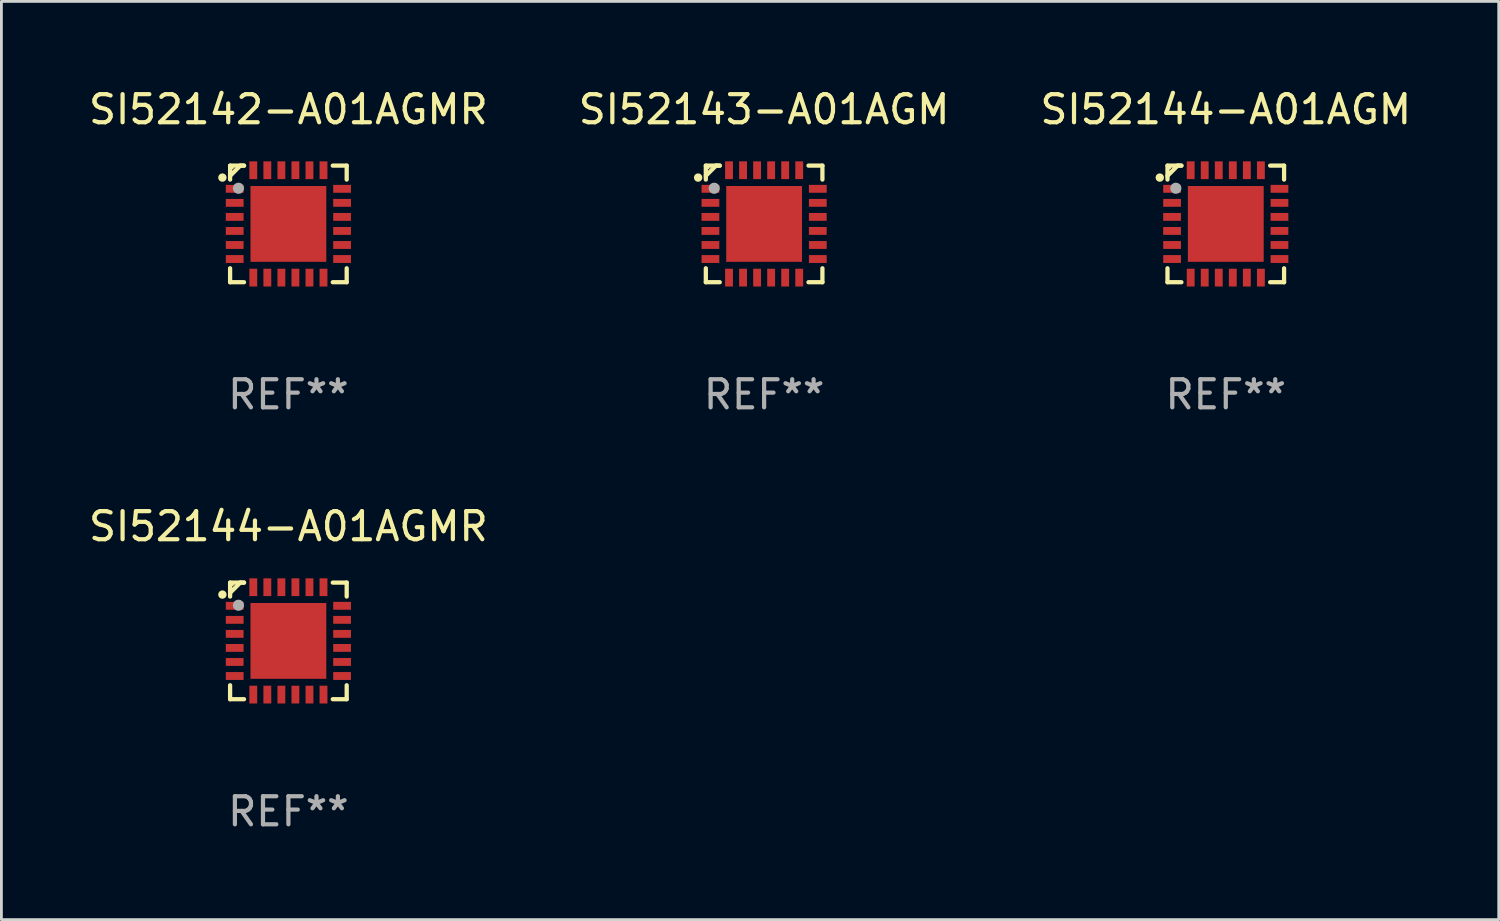
<source format=kicad_pcb>
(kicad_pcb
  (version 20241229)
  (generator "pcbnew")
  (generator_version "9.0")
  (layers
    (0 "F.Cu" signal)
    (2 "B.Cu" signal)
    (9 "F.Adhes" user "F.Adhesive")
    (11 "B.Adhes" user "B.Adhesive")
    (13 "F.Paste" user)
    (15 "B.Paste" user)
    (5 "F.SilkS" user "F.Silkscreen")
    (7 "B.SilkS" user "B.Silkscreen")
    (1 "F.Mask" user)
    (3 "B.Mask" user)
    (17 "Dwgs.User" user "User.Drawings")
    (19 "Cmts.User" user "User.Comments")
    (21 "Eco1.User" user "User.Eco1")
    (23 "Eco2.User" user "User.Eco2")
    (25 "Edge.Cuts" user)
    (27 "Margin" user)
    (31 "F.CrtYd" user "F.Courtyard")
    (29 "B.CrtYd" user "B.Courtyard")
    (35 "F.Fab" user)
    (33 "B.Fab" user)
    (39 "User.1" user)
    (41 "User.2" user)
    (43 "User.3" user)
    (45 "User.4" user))
  (footprint "SI52144-A01AGMR"
    (layer "F.Cu")
    (at 7.22 19.773)
    (property "Reference" "SI52144-A01AGMR" (at 0 -4.076 0) (layer "F.SilkS") (effects (font (size 1 1) (thickness 0.15))))
    (attr through_hole)
    (fp_line (start -2.076 -2.076) (end -2.076 -1.58) (stroke (width 0.152) (type solid)) (layer "F.SilkS"))
    (fp_line (start -2.076 2.076) (end -2.076 1.58) (stroke (width 0.152) (type solid)) (layer "F.SilkS"))
    (fp_line (start -1.713 -2.076) (end -2.076 -1.713) (stroke (width 0.152) (type solid)) (layer "F.SilkS"))
    (fp_line (start -1.58 -2.076) (end -2.076 -2.076) (stroke (width 0.152) (type solid)) (layer "F.SilkS"))
    (fp_line (start -1.58 -2.076) (end -1.713 -2.076) (stroke (width 0.152) (type solid)) (layer "F.SilkS"))
    (fp_line (start -1.58 2.076) (end -2.076 2.076) (stroke (width 0.152) (type solid)) (layer "F.SilkS"))
    (fp_line (start 1.58 -2.076) (end 2.076 -2.076) (stroke (width 0.152) (type solid)) (layer "F.SilkS"))
    (fp_line (start 1.58 2.076) (end 2.076 2.076) (stroke (width 0.152) (type solid)) (layer "F.SilkS"))
    (fp_line (start 2.076 -2.076) (end 2.076 -1.58) (stroke (width 0.152) (type solid)) (layer "F.SilkS"))
    (fp_line (start 2.076 2.076) (end 2.076 1.58) (stroke (width 0.152) (type solid)) (layer "F.SilkS"))
    (fp_circle (center -2.35 -1.65) (end -2.275 -1.65) (stroke (width 0.15) (type solid)) (fill no) (layer "F.SilkS"))
    (fp_circle (center -2 -2) (end -1.97 -2) (stroke (width 0.06) (type solid)) (fill no) (layer "F.SilkS"))
    (fp_circle (center -1.778 -1.27) (end -1.678 -1.27) (stroke (width 0.2) (type solid)) (fill no) (layer "F.Fab"))
    (fp_text user "REF**" (at 0 6.076 0) (layer "F.Fab") (effects (font (size 1 1) (thickness 0.15))))
    (pad "1" smd rect (at -1.912 -1.25) (size 0.633 0.28) (layers "F.Cu" "F.Mask" "F.Paste"))
    (pad "2" smd rect (at -1.912 -0.75) (size 0.633 0.28) (layers "F.Cu" "F.Mask" "F.Paste"))
    (pad "3" smd rect (at -1.912 -0.25) (size 0.633 0.28) (layers "F.Cu" "F.Mask" "F.Paste"))
    (pad "4" smd rect (at -1.912 0.25) (size 0.633 0.28) (layers "F.Cu" "F.Mask" "F.Paste"))
    (pad "5" smd rect (at -1.912 0.75) (size 0.633 0.28) (layers "F.Cu" "F.Mask" "F.Paste"))
    (pad "6" smd rect (at -1.912 1.25) (size 0.633 0.28) (layers "F.Cu" "F.Mask" "F.Paste"))
    (pad "7" smd rect (at -1.25 1.912) (size 0.28 0.633) (layers "F.Cu" "F.Mask" "F.Paste"))
    (pad "8" smd rect (at -0.75 1.912) (size 0.28 0.633) (layers "F.Cu" "F.Mask" "F.Paste"))
    (pad "9" smd rect (at -0.25 1.912) (size 0.28 0.633) (layers "F.Cu" "F.Mask" "F.Paste"))
    (pad "10" smd rect (at 0.25 1.912) (size 0.28 0.633) (layers "F.Cu" "F.Mask" "F.Paste"))
    (pad "11" smd rect (at 0.75 1.912) (size 0.28 0.633) (layers "F.Cu" "F.Mask" "F.Paste"))
    (pad "12" smd rect (at 1.25 1.912) (size 0.28 0.633) (layers "F.Cu" "F.Mask" "F.Paste"))
    (pad "13" smd rect (at 1.912 1.25) (size 0.633 0.28) (layers "F.Cu" "F.Mask" "F.Paste"))
    (pad "14" smd rect (at 1.912 0.75) (size 0.633 0.28) (layers "F.Cu" "F.Mask" "F.Paste"))
    (pad "15" smd rect (at 1.912 0.25) (size 0.633 0.28) (layers "F.Cu" "F.Mask" "F.Paste"))
    (pad "16" smd rect (at 1.912 -0.25) (size 0.633 0.28) (layers "F.Cu" "F.Mask" "F.Paste"))
    (pad "17" smd rect (at 1.912 -0.75) (size 0.633 0.28) (layers "F.Cu" "F.Mask" "F.Paste"))
    (pad "18" smd rect (at 1.912 -1.25) (size 0.633 0.28) (layers "F.Cu" "F.Mask" "F.Paste"))
    (pad "19" smd rect (at 1.25 -1.912) (size 0.28 0.633) (layers "F.Cu" "F.Mask" "F.Paste"))
    (pad "20" smd rect (at 0.75 -1.912) (size 0.28 0.633) (layers "F.Cu" "F.Mask" "F.Paste"))
    (pad "21" smd rect (at 0.25 -1.912) (size 0.28 0.633) (layers "F.Cu" "F.Mask" "F.Paste"))
    (pad "22" smd rect (at -0.25 -1.912) (size 0.28 0.633) (layers "F.Cu" "F.Mask" "F.Paste"))
    (pad "23" smd rect (at -0.75 -1.912) (size 0.28 0.633) (layers "F.Cu" "F.Mask" "F.Paste"))
    (pad "24" smd rect (at -1.25 -1.912) (size 0.28 0.633) (layers "F.Cu" "F.Mask" "F.Paste"))
    (pad "25" smd rect (at 0 0) (size 2.7 2.7) (layers "F.Cu" "F.Mask" "F.Paste")))
  (footprint "SI52144-A01AGM"
    (layer "F.Cu")
    (at 40.601 4.924)
    (property "Reference" "SI52144-A01AGM" (at 0 -4.076 0) (layer "F.SilkS") (effects (font (size 1 1) (thickness 0.15))))
    (attr through_hole)
    (fp_line (start -2.076 -2.076) (end -2.076 -1.58) (stroke (width 0.152) (type solid)) (layer "F.SilkS"))
    (fp_line (start -2.076 2.076) (end -2.076 1.58) (stroke (width 0.152) (type solid)) (layer "F.SilkS"))
    (fp_line (start -1.713 -2.076) (end -2.076 -1.713) (stroke (width 0.152) (type solid)) (layer "F.SilkS"))
    (fp_line (start -1.58 -2.076) (end -2.076 -2.076) (stroke (width 0.152) (type solid)) (layer "F.SilkS"))
    (fp_line (start -1.58 -2.076) (end -1.713 -2.076) (stroke (width 0.152) (type solid)) (layer "F.SilkS"))
    (fp_line (start -1.58 2.076) (end -2.076 2.076) (stroke (width 0.152) (type solid)) (layer "F.SilkS"))
    (fp_line (start 1.58 -2.076) (end 2.076 -2.076) (stroke (width 0.152) (type solid)) (layer "F.SilkS"))
    (fp_line (start 1.58 2.076) (end 2.076 2.076) (stroke (width 0.152) (type solid)) (layer "F.SilkS"))
    (fp_line (start 2.076 -2.076) (end 2.076 -1.58) (stroke (width 0.152) (type solid)) (layer "F.SilkS"))
    (fp_line (start 2.076 2.076) (end 2.076 1.58) (stroke (width 0.152) (type solid)) (layer "F.SilkS"))
    (fp_circle (center -2.35 -1.65) (end -2.275 -1.65) (stroke (width 0.15) (type solid)) (fill no) (layer "F.SilkS"))
    (fp_circle (center -2 -2) (end -1.97 -2) (stroke (width 0.06) (type solid)) (fill no) (layer "F.SilkS"))
    (fp_circle (center -1.778 -1.27) (end -1.678 -1.27) (stroke (width 0.2) (type solid)) (fill no) (layer "F.Fab"))
    (fp_text user "REF**" (at 0 6.076 0) (layer "F.Fab") (effects (font (size 1 1) (thickness 0.15))))
    (pad "1" smd rect (at -1.912 -1.25) (size 0.633 0.28) (layers "F.Cu" "F.Mask" "F.Paste"))
    (pad "2" smd rect (at -1.912 -0.75) (size 0.633 0.28) (layers "F.Cu" "F.Mask" "F.Paste"))
    (pad "3" smd rect (at -1.912 -0.25) (size 0.633 0.28) (layers "F.Cu" "F.Mask" "F.Paste"))
    (pad "4" smd rect (at -1.912 0.25) (size 0.633 0.28) (layers "F.Cu" "F.Mask" "F.Paste"))
    (pad "5" smd rect (at -1.912 0.75) (size 0.633 0.28) (layers "F.Cu" "F.Mask" "F.Paste"))
    (pad "6" smd rect (at -1.912 1.25) (size 0.633 0.28) (layers "F.Cu" "F.Mask" "F.Paste"))
    (pad "7" smd rect (at -1.25 1.912) (size 0.28 0.633) (layers "F.Cu" "F.Mask" "F.Paste"))
    (pad "8" smd rect (at -0.75 1.912) (size 0.28 0.633) (layers "F.Cu" "F.Mask" "F.Paste"))
    (pad "9" smd rect (at -0.25 1.912) (size 0.28 0.633) (layers "F.Cu" "F.Mask" "F.Paste"))
    (pad "10" smd rect (at 0.25 1.912) (size 0.28 0.633) (layers "F.Cu" "F.Mask" "F.Paste"))
    (pad "11" smd rect (at 0.75 1.912) (size 0.28 0.633) (layers "F.Cu" "F.Mask" "F.Paste"))
    (pad "12" smd rect (at 1.25 1.912) (size 0.28 0.633) (layers "F.Cu" "F.Mask" "F.Paste"))
    (pad "13" smd rect (at 1.912 1.25) (size 0.633 0.28) (layers "F.Cu" "F.Mask" "F.Paste"))
    (pad "14" smd rect (at 1.912 0.75) (size 0.633 0.28) (layers "F.Cu" "F.Mask" "F.Paste"))
    (pad "15" smd rect (at 1.912 0.25) (size 0.633 0.28) (layers "F.Cu" "F.Mask" "F.Paste"))
    (pad "16" smd rect (at 1.912 -0.25) (size 0.633 0.28) (layers "F.Cu" "F.Mask" "F.Paste"))
    (pad "17" smd rect (at 1.912 -0.75) (size 0.633 0.28) (layers "F.Cu" "F.Mask" "F.Paste"))
    (pad "18" smd rect (at 1.912 -1.25) (size 0.633 0.28) (layers "F.Cu" "F.Mask" "F.Paste"))
    (pad "19" smd rect (at 1.25 -1.912) (size 0.28 0.633) (layers "F.Cu" "F.Mask" "F.Paste"))
    (pad "20" smd rect (at 0.75 -1.912) (size 0.28 0.633) (layers "F.Cu" "F.Mask" "F.Paste"))
    (pad "21" smd rect (at 0.25 -1.912) (size 0.28 0.633) (layers "F.Cu" "F.Mask" "F.Paste"))
    (pad "22" smd rect (at -0.25 -1.912) (size 0.28 0.633) (layers "F.Cu" "F.Mask" "F.Paste"))
    (pad "23" smd rect (at -0.75 -1.912) (size 0.28 0.633) (layers "F.Cu" "F.Mask" "F.Paste"))
    (pad "24" smd rect (at -1.25 -1.912) (size 0.28 0.633) (layers "F.Cu" "F.Mask" "F.Paste"))
    (pad "25" smd rect (at 0 0) (size 2.7 2.7) (layers "F.Cu" "F.Mask" "F.Paste")))
  (footprint "SI52143-A01AGM"
    (layer "F.Cu")
    (at 24.161 4.924)
    (property "Reference" "SI52143-A01AGM" (at 0 -4.076 0) (layer "F.SilkS") (effects (font (size 1 1) (thickness 0.15))))
    (attr through_hole)
    (fp_line (start -2.076 -2.076) (end -2.076 -1.58) (stroke (width 0.152) (type solid)) (layer "F.SilkS"))
    (fp_line (start -2.076 2.076) (end -2.076 1.58) (stroke (width 0.152) (type solid)) (layer "F.SilkS"))
    (fp_line (start -1.713 -2.076) (end -2.076 -1.713) (stroke (width 0.152) (type solid)) (layer "F.SilkS"))
    (fp_line (start -1.58 -2.076) (end -2.076 -2.076) (stroke (width 0.152) (type solid)) (layer "F.SilkS"))
    (fp_line (start -1.58 -2.076) (end -1.713 -2.076) (stroke (width 0.152) (type solid)) (layer "F.SilkS"))
    (fp_line (start -1.58 2.076) (end -2.076 2.076) (stroke (width 0.152) (type solid)) (layer "F.SilkS"))
    (fp_line (start 1.58 -2.076) (end 2.076 -2.076) (stroke (width 0.152) (type solid)) (layer "F.SilkS"))
    (fp_line (start 1.58 2.076) (end 2.076 2.076) (stroke (width 0.152) (type solid)) (layer "F.SilkS"))
    (fp_line (start 2.076 -2.076) (end 2.076 -1.58) (stroke (width 0.152) (type solid)) (layer "F.SilkS"))
    (fp_line (start 2.076 2.076) (end 2.076 1.58) (stroke (width 0.152) (type solid)) (layer "F.SilkS"))
    (fp_circle (center -2.35 -1.65) (end -2.275 -1.65) (stroke (width 0.15) (type solid)) (fill no) (layer "F.SilkS"))
    (fp_circle (center -2 -2) (end -1.97 -2) (stroke (width 0.06) (type solid)) (fill no) (layer "F.SilkS"))
    (fp_circle (center -1.778 -1.27) (end -1.678 -1.27) (stroke (width 0.2) (type solid)) (fill no) (layer "F.Fab"))
    (fp_text user "REF**" (at 0 6.076 0) (layer "F.Fab") (effects (font (size 1 1) (thickness 0.15))))
    (pad "1" smd rect (at -1.912 -1.25) (size 0.633 0.28) (layers "F.Cu" "F.Mask" "F.Paste"))
    (pad "2" smd rect (at -1.912 -0.75) (size 0.633 0.28) (layers "F.Cu" "F.Mask" "F.Paste"))
    (pad "3" smd rect (at -1.912 -0.25) (size 0.633 0.28) (layers "F.Cu" "F.Mask" "F.Paste"))
    (pad "4" smd rect (at -1.912 0.25) (size 0.633 0.28) (layers "F.Cu" "F.Mask" "F.Paste"))
    (pad "5" smd rect (at -1.912 0.75) (size 0.633 0.28) (layers "F.Cu" "F.Mask" "F.Paste"))
    (pad "6" smd rect (at -1.912 1.25) (size 0.633 0.28) (layers "F.Cu" "F.Mask" "F.Paste"))
    (pad "7" smd rect (at -1.25 1.912) (size 0.28 0.633) (layers "F.Cu" "F.Mask" "F.Paste"))
    (pad "8" smd rect (at -0.75 1.912) (size 0.28 0.633) (layers "F.Cu" "F.Mask" "F.Paste"))
    (pad "9" smd rect (at -0.25 1.912) (size 0.28 0.633) (layers "F.Cu" "F.Mask" "F.Paste"))
    (pad "10" smd rect (at 0.25 1.912) (size 0.28 0.633) (layers "F.Cu" "F.Mask" "F.Paste"))
    (pad "11" smd rect (at 0.75 1.912) (size 0.28 0.633) (layers "F.Cu" "F.Mask" "F.Paste"))
    (pad "12" smd rect (at 1.25 1.912) (size 0.28 0.633) (layers "F.Cu" "F.Mask" "F.Paste"))
    (pad "13" smd rect (at 1.912 1.25) (size 0.633 0.28) (layers "F.Cu" "F.Mask" "F.Paste"))
    (pad "14" smd rect (at 1.912 0.75) (size 0.633 0.28) (layers "F.Cu" "F.Mask" "F.Paste"))
    (pad "15" smd rect (at 1.912 0.25) (size 0.633 0.28) (layers "F.Cu" "F.Mask" "F.Paste"))
    (pad "16" smd rect (at 1.912 -0.25) (size 0.633 0.28) (layers "F.Cu" "F.Mask" "F.Paste"))
    (pad "17" smd rect (at 1.912 -0.75) (size 0.633 0.28) (layers "F.Cu" "F.Mask" "F.Paste"))
    (pad "18" smd rect (at 1.912 -1.25) (size 0.633 0.28) (layers "F.Cu" "F.Mask" "F.Paste"))
    (pad "19" smd rect (at 1.25 -1.912) (size 0.28 0.633) (layers "F.Cu" "F.Mask" "F.Paste"))
    (pad "20" smd rect (at 0.75 -1.912) (size 0.28 0.633) (layers "F.Cu" "F.Mask" "F.Paste"))
    (pad "21" smd rect (at 0.25 -1.912) (size 0.28 0.633) (layers "F.Cu" "F.Mask" "F.Paste"))
    (pad "22" smd rect (at -0.25 -1.912) (size 0.28 0.633) (layers "F.Cu" "F.Mask" "F.Paste"))
    (pad "23" smd rect (at -0.75 -1.912) (size 0.28 0.633) (layers "F.Cu" "F.Mask" "F.Paste"))
    (pad "24" smd rect (at -1.25 -1.912) (size 0.28 0.633) (layers "F.Cu" "F.Mask" "F.Paste"))
    (pad "25" smd rect (at 0 0) (size 2.7 2.7) (layers "F.Cu" "F.Mask" "F.Paste")))
  (footprint "SI52142-A01AGMR"
    (layer "F.Cu")
    (at 7.22 4.924)
    (property "Reference" "SI52142-A01AGMR" (at 0 -4.076 0) (layer "F.SilkS") (effects (font (size 1 1) (thickness 0.15))))
    (attr through_hole)
    (fp_line (start -2.076 -2.076) (end -2.076 -1.58) (stroke (width 0.152) (type solid)) (layer "F.SilkS"))
    (fp_line (start -2.076 2.076) (end -2.076 1.58) (stroke (width 0.152) (type solid)) (layer "F.SilkS"))
    (fp_line (start -1.713 -2.076) (end -2.076 -1.713) (stroke (width 0.152) (type solid)) (layer "F.SilkS"))
    (fp_line (start -1.58 -2.076) (end -2.076 -2.076) (stroke (width 0.152) (type solid)) (layer "F.SilkS"))
    (fp_line (start -1.58 -2.076) (end -1.713 -2.076) (stroke (width 0.152) (type solid)) (layer "F.SilkS"))
    (fp_line (start -1.58 2.076) (end -2.076 2.076) (stroke (width 0.152) (type solid)) (layer "F.SilkS"))
    (fp_line (start 1.58 -2.076) (end 2.076 -2.076) (stroke (width 0.152) (type solid)) (layer "F.SilkS"))
    (fp_line (start 1.58 2.076) (end 2.076 2.076) (stroke (width 0.152) (type solid)) (layer "F.SilkS"))
    (fp_line (start 2.076 -2.076) (end 2.076 -1.58) (stroke (width 0.152) (type solid)) (layer "F.SilkS"))
    (fp_line (start 2.076 2.076) (end 2.076 1.58) (stroke (width 0.152) (type solid)) (layer "F.SilkS"))
    (fp_circle (center -2.35 -1.65) (end -2.275 -1.65) (stroke (width 0.15) (type solid)) (fill no) (layer "F.SilkS"))
    (fp_circle (center -2 -2) (end -1.97 -2) (stroke (width 0.06) (type solid)) (fill no) (layer "F.SilkS"))
    (fp_circle (center -1.778 -1.27) (end -1.678 -1.27) (stroke (width 0.2) (type solid)) (fill no) (layer "F.Fab"))
    (fp_text user "REF**" (at 0 6.076 0) (layer "F.Fab") (effects (font (size 1 1) (thickness 0.15))))
    (pad "1" smd rect (at -1.912 -1.25) (size 0.633 0.28) (layers "F.Cu" "F.Mask" "F.Paste"))
    (pad "2" smd rect (at -1.912 -0.75) (size 0.633 0.28) (layers "F.Cu" "F.Mask" "F.Paste"))
    (pad "3" smd rect (at -1.912 -0.25) (size 0.633 0.28) (layers "F.Cu" "F.Mask" "F.Paste"))
    (pad "4" smd rect (at -1.912 0.25) (size 0.633 0.28) (layers "F.Cu" "F.Mask" "F.Paste"))
    (pad "5" smd rect (at -1.912 0.75) (size 0.633 0.28) (layers "F.Cu" "F.Mask" "F.Paste"))
    (pad "6" smd rect (at -1.912 1.25) (size 0.633 0.28) (layers "F.Cu" "F.Mask" "F.Paste"))
    (pad "7" smd rect (at -1.25 1.912) (size 0.28 0.633) (layers "F.Cu" "F.Mask" "F.Paste"))
    (pad "8" smd rect (at -0.75 1.912) (size 0.28 0.633) (layers "F.Cu" "F.Mask" "F.Paste"))
    (pad "9" smd rect (at -0.25 1.912) (size 0.28 0.633) (layers "F.Cu" "F.Mask" "F.Paste"))
    (pad "10" smd rect (at 0.25 1.912) (size 0.28 0.633) (layers "F.Cu" "F.Mask" "F.Paste"))
    (pad "11" smd rect (at 0.75 1.912) (size 0.28 0.633) (layers "F.Cu" "F.Mask" "F.Paste"))
    (pad "12" smd rect (at 1.25 1.912) (size 0.28 0.633) (layers "F.Cu" "F.Mask" "F.Paste"))
    (pad "13" smd rect (at 1.912 1.25) (size 0.633 0.28) (layers "F.Cu" "F.Mask" "F.Paste"))
    (pad "14" smd rect (at 1.912 0.75) (size 0.633 0.28) (layers "F.Cu" "F.Mask" "F.Paste"))
    (pad "15" smd rect (at 1.912 0.25) (size 0.633 0.28) (layers "F.Cu" "F.Mask" "F.Paste"))
    (pad "16" smd rect (at 1.912 -0.25) (size 0.633 0.28) (layers "F.Cu" "F.Mask" "F.Paste"))
    (pad "17" smd rect (at 1.912 -0.75) (size 0.633 0.28) (layers "F.Cu" "F.Mask" "F.Paste"))
    (pad "18" smd rect (at 1.912 -1.25) (size 0.633 0.28) (layers "F.Cu" "F.Mask" "F.Paste"))
    (pad "19" smd rect (at 1.25 -1.912) (size 0.28 0.633) (layers "F.Cu" "F.Mask" "F.Paste"))
    (pad "20" smd rect (at 0.75 -1.912) (size 0.28 0.633) (layers "F.Cu" "F.Mask" "F.Paste"))
    (pad "21" smd rect (at 0.25 -1.912) (size 0.28 0.633) (layers "F.Cu" "F.Mask" "F.Paste"))
    (pad "22" smd rect (at -0.25 -1.912) (size 0.28 0.633) (layers "F.Cu" "F.Mask" "F.Paste"))
    (pad "23" smd rect (at -0.75 -1.912) (size 0.28 0.633) (layers "F.Cu" "F.Mask" "F.Paste"))
    (pad "24" smd rect (at -1.25 -1.912) (size 0.28 0.633) (layers "F.Cu" "F.Mask" "F.Paste"))
    (pad "25" smd rect (at 0 0) (size 2.7 2.7) (layers "F.Cu" "F.Mask" "F.Paste")))
  (gr_rect
    (start -3 -3)
    (end 50.321 29.698)
    (stroke (width 0.1) (type default))
    (fill no)
    (layer "Edge.Cuts")))
</source>
